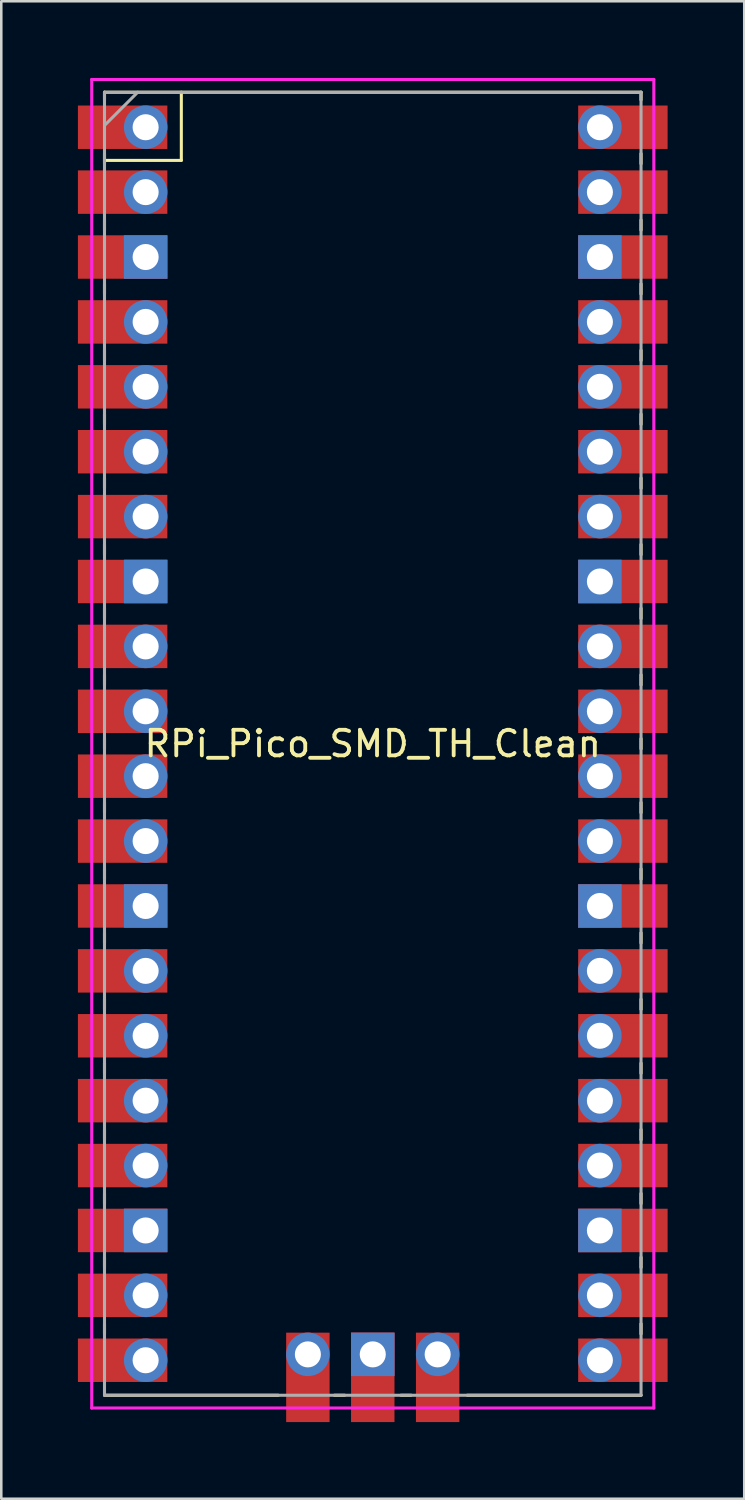
<source format=kicad_pcb>
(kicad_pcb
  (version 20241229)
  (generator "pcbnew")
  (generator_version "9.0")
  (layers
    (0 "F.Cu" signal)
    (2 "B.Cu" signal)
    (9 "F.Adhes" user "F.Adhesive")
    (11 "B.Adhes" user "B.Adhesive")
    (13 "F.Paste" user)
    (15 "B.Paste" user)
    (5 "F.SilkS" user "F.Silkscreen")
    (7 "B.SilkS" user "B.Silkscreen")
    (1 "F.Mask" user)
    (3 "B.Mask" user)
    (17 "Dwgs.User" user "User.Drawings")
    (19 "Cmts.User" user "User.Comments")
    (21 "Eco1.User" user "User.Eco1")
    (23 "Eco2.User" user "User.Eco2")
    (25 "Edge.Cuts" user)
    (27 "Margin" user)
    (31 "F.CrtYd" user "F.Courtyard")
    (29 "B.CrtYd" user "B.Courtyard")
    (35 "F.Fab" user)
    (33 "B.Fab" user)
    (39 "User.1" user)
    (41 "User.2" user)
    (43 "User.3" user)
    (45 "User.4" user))
  (footprint "RPi_Pico_SMD_TH_Clean"
    (layer "F.Cu")
    (at 11.54 26.06)
    (property "Reference" "RPi_Pico_SMD_TH_Clean" (at 0 0 180) (layer "F.SilkS") (effects (font (size 1 1) (thickness 0.15))))
    (attr through_hole)
    (fp_line (start -10.5 -25.5) (end -10.5 -25.2) (stroke (width 0.12) (type solid)) (layer "F.SilkS"))
    (fp_line (start -10.5 -25.5) (end 10.5 -25.5) (stroke (width 0.12) (type solid)) (layer "F.SilkS"))
    (fp_line (start -10.5 -23.1) (end -10.5 -22.7) (stroke (width 0.12) (type solid)) (layer "F.SilkS"))
    (fp_line (start -10.5 -22.833) (end -7.493 -22.833) (stroke (width 0.12) (type solid)) (layer "F.SilkS"))
    (fp_line (start -10.5 -20.5) (end -10.5 -20.1) (stroke (width 0.12) (type solid)) (layer "F.SilkS"))
    (fp_line (start -10.5 -18) (end -10.5 -17.6) (stroke (width 0.12) (type solid)) (layer "F.SilkS"))
    (fp_line (start -10.5 -15.4) (end -10.5 -15) (stroke (width 0.12) (type solid)) (layer "F.SilkS"))
    (fp_line (start -10.5 -12.9) (end -10.5 -12.5) (stroke (width 0.12) (type solid)) (layer "F.SilkS"))
    (fp_line (start -10.5 -10.4) (end -10.5 -10) (stroke (width 0.12) (type solid)) (layer "F.SilkS"))
    (fp_line (start -10.5 -7.8) (end -10.5 -7.4) (stroke (width 0.12) (type solid)) (layer "F.SilkS"))
    (fp_line (start -10.5 -5.3) (end -10.5 -4.9) (stroke (width 0.12) (type solid)) (layer "F.SilkS"))
    (fp_line (start -10.5 -2.7) (end -10.5 -2.3) (stroke (width 0.12) (type solid)) (layer "F.SilkS"))
    (fp_line (start -10.5 -0.2) (end -10.5 0.2) (stroke (width 0.12) (type solid)) (layer "F.SilkS"))
    (fp_line (start -10.5 2.3) (end -10.5 2.7) (stroke (width 0.12) (type solid)) (layer "F.SilkS"))
    (fp_line (start -10.5 4.9) (end -10.5 5.3) (stroke (width 0.12) (type solid)) (layer "F.SilkS"))
    (fp_line (start -10.5 7.4) (end -10.5 7.8) (stroke (width 0.12) (type solid)) (layer "F.SilkS"))
    (fp_line (start -10.5 10) (end -10.5 10.4) (stroke (width 0.12) (type solid)) (layer "F.SilkS"))
    (fp_line (start -10.5 12.5) (end -10.5 12.9) (stroke (width 0.12) (type solid)) (layer "F.SilkS"))
    (fp_line (start -10.5 15.1) (end -10.5 15.5) (stroke (width 0.12) (type solid)) (layer "F.SilkS"))
    (fp_line (start -10.5 17.6) (end -10.5 18) (stroke (width 0.12) (type solid)) (layer "F.SilkS"))
    (fp_line (start -10.5 20.1) (end -10.5 20.5) (stroke (width 0.12) (type solid)) (layer "F.SilkS"))
    (fp_line (start -10.5 22.7) (end -10.5 23.1) (stroke (width 0.12) (type solid)) (layer "F.SilkS"))
    (fp_line (start -7.493 -22.833) (end -7.493 -25.5) (stroke (width 0.12) (type solid)) (layer "F.SilkS"))
    (fp_line (start -3.7 25.5) (end -10.5 25.5) (stroke (width 0.12) (type solid)) (layer "F.SilkS"))
    (fp_line (start -1.5 25.5) (end -1.1 25.5) (stroke (width 0.12) (type solid)) (layer "F.SilkS"))
    (fp_line (start 1.1 25.5) (end 1.5 25.5) (stroke (width 0.12) (type solid)) (layer "F.SilkS"))
    (fp_line (start 10.5 -25.5) (end 10.5 -25.2) (stroke (width 0.12) (type solid)) (layer "F.SilkS"))
    (fp_line (start 10.5 -23.1) (end 10.5 -22.7) (stroke (width 0.12) (type solid)) (layer "F.SilkS"))
    (fp_line (start 10.5 -20.5) (end 10.5 -20.1) (stroke (width 0.12) (type solid)) (layer "F.SilkS"))
    (fp_line (start 10.5 -18) (end 10.5 -17.6) (stroke (width 0.12) (type solid)) (layer "F.SilkS"))
    (fp_line (start 10.5 -15.4) (end 10.5 -15) (stroke (width 0.12) (type solid)) (layer "F.SilkS"))
    (fp_line (start 10.5 -12.9) (end 10.5 -12.5) (stroke (width 0.12) (type solid)) (layer "F.SilkS"))
    (fp_line (start 10.5 -10.4) (end 10.5 -10) (stroke (width 0.12) (type solid)) (layer "F.SilkS"))
    (fp_line (start 10.5 -7.8) (end 10.5 -7.4) (stroke (width 0.12) (type solid)) (layer "F.SilkS"))
    (fp_line (start 10.5 -5.3) (end 10.5 -4.9) (stroke (width 0.12) (type solid)) (layer "F.SilkS"))
    (fp_line (start 10.5 -2.7) (end 10.5 -2.3) (stroke (width 0.12) (type solid)) (layer "F.SilkS"))
    (fp_line (start 10.5 -0.2) (end 10.5 0.2) (stroke (width 0.12) (type solid)) (layer "F.SilkS"))
    (fp_line (start 10.5 2.3) (end 10.5 2.7) (stroke (width 0.12) (type solid)) (layer "F.SilkS"))
    (fp_line (start 10.5 4.9) (end 10.5 5.3) (stroke (width 0.12) (type solid)) (layer "F.SilkS"))
    (fp_line (start 10.5 7.4) (end 10.5 7.8) (stroke (width 0.12) (type solid)) (layer "F.SilkS"))
    (fp_line (start 10.5 10) (end 10.5 10.4) (stroke (width 0.12) (type solid)) (layer "F.SilkS"))
    (fp_line (start 10.5 12.5) (end 10.5 12.9) (stroke (width 0.12) (type solid)) (layer "F.SilkS"))
    (fp_line (start 10.5 15.1) (end 10.5 15.5) (stroke (width 0.12) (type solid)) (layer "F.SilkS"))
    (fp_line (start 10.5 17.6) (end 10.5 18) (stroke (width 0.12) (type solid)) (layer "F.SilkS"))
    (fp_line (start 10.5 20.1) (end 10.5 20.5) (stroke (width 0.12) (type solid)) (layer "F.SilkS"))
    (fp_line (start 10.5 22.7) (end 10.5 23.1) (stroke (width 0.12) (type solid)) (layer "F.SilkS"))
    (fp_line (start 10.5 25.5) (end 3.7 25.5) (stroke (width 0.12) (type solid)) (layer "F.SilkS"))
    (fp_line (start -11 -26) (end 11 -26) (stroke (width 0.12) (type solid)) (layer "F.CrtYd"))
    (fp_line (start -11 26) (end -11 -26) (stroke (width 0.12) (type solid)) (layer "F.CrtYd"))
    (fp_line (start 11 -26) (end 11 26) (stroke (width 0.12) (type solid)) (layer "F.CrtYd"))
    (fp_line (start 11 26) (end -11 26) (stroke (width 0.12) (type solid)) (layer "F.CrtYd"))
    (fp_line (start -10.5 -25.5) (end 10.5 -25.5) (stroke (width 0.12) (type solid)) (layer "F.Fab"))
    (fp_line (start -10.5 -24.2) (end -9.2 -25.5) (stroke (width 0.12) (type solid)) (layer "F.Fab"))
    (fp_line (start -10.5 25.5) (end -10.5 -25.5) (stroke (width 0.12) (type solid)) (layer "F.Fab"))
    (fp_line (start 10.5 -25.5) (end 10.5 25.5) (stroke (width 0.12) (type solid)) (layer "F.Fab"))
    (fp_line (start 10.5 25.5) (end -10.5 25.5) (stroke (width 0.12) (type solid)) (layer "F.Fab"))
    (fp_text user " " (at 0 0 0) (layer "F.Fab") (effects (font (size 1 1) (thickness 0.15))))
    (pad "1" thru_hole oval (at -8.89 -24.13) (size 1.7 1.7) (drill 1.02) (layers "*.Cu" "*.Mask"))
    (pad "1" smd rect (at -8.89 -24.13) (size 3.5 1.7) (drill (offset -0.9 0)) (layers "F.Cu" "F.Mask"))
    (pad "2" thru_hole oval (at -8.89 -21.59) (size 1.7 1.7) (drill 1.02) (layers "*.Cu" "*.Mask"))
    (pad "2" smd rect (at -8.89 -21.59) (size 3.5 1.7) (drill (offset -0.9 0)) (layers "F.Cu" "F.Mask"))
    (pad "3" thru_hole rect (at -8.89 -19.05) (size 1.7 1.7) (drill 1.02) (layers "*.Cu" "*.Mask"))
    (pad "3" smd rect (at -8.89 -19.05) (size 3.5 1.7) (drill (offset -0.9 0)) (layers "F.Cu" "F.Mask"))
    (pad "4" thru_hole oval (at -8.89 -16.51) (size 1.7 1.7) (drill 1.02) (layers "*.Cu" "*.Mask"))
    (pad "4" smd rect (at -8.89 -16.51) (size 3.5 1.7) (drill (offset -0.9 0)) (layers "F.Cu" "F.Mask"))
    (pad "5" thru_hole oval (at -8.89 -13.97) (size 1.7 1.7) (drill 1.02) (layers "*.Cu" "*.Mask"))
    (pad "5" smd rect (at -8.89 -13.97) (size 3.5 1.7) (drill (offset -0.9 0)) (layers "F.Cu" "F.Mask"))
    (pad "6" thru_hole oval (at -8.89 -11.43) (size 1.7 1.7) (drill 1.02) (layers "*.Cu" "*.Mask"))
    (pad "6" smd rect (at -8.89 -11.43) (size 3.5 1.7) (drill (offset -0.9 0)) (layers "F.Cu" "F.Mask"))
    (pad "7" thru_hole oval (at -8.89 -8.89) (size 1.7 1.7) (drill 1.02) (layers "*.Cu" "*.Mask"))
    (pad "7" smd rect (at -8.89 -8.89) (size 3.5 1.7) (drill (offset -0.9 0)) (layers "F.Cu" "F.Mask"))
    (pad "8" thru_hole rect (at -8.89 -6.35) (size 1.7 1.7) (drill 1.02) (layers "*.Cu" "*.Mask"))
    (pad "8" smd rect (at -8.89 -6.35) (size 3.5 1.7) (drill (offset -0.9 0)) (layers "F.Cu" "F.Mask"))
    (pad "9" thru_hole oval (at -8.89 -3.81) (size 1.7 1.7) (drill 1.02) (layers "*.Cu" "*.Mask"))
    (pad "9" smd rect (at -8.89 -3.81) (size 3.5 1.7) (drill (offset -0.9 0)) (layers "F.Cu" "F.Mask"))
    (pad "10" thru_hole oval (at -8.89 -1.27) (size 1.7 1.7) (drill 1.02) (layers "*.Cu" "*.Mask"))
    (pad "10" smd rect (at -8.89 -1.27) (size 3.5 1.7) (drill (offset -0.9 0)) (layers "F.Cu" "F.Mask"))
    (pad "11" thru_hole oval (at -8.89 1.27) (size 1.7 1.7) (drill 1.02) (layers "*.Cu" "*.Mask"))
    (pad "11" smd rect (at -8.89 1.27) (size 3.5 1.7) (drill (offset -0.9 0)) (layers "F.Cu" "F.Mask"))
    (pad "12" thru_hole oval (at -8.89 3.81) (size 1.7 1.7) (drill 1.02) (layers "*.Cu" "*.Mask"))
    (pad "12" smd rect (at -8.89 3.81) (size 3.5 1.7) (drill (offset -0.9 0)) (layers "F.Cu" "F.Mask"))
    (pad "13" thru_hole rect (at -8.89 6.35) (size 1.7 1.7) (drill 1.02) (layers "*.Cu" "*.Mask"))
    (pad "13" smd rect (at -8.89 6.35) (size 3.5 1.7) (drill (offset -0.9 0)) (layers "F.Cu" "F.Mask"))
    (pad "14" thru_hole oval (at -8.89 8.89) (size 1.7 1.7) (drill 1.02) (layers "*.Cu" "*.Mask"))
    (pad "14" smd rect (at -8.89 8.89) (size 3.5 1.7) (drill (offset -0.9 0)) (layers "F.Cu" "F.Mask"))
    (pad "15" thru_hole oval (at -8.89 11.43) (size 1.7 1.7) (drill 1.02) (layers "*.Cu" "*.Mask"))
    (pad "15" smd rect (at -8.89 11.43) (size 3.5 1.7) (drill (offset -0.9 0)) (layers "F.Cu" "F.Mask"))
    (pad "16" thru_hole oval (at -8.89 13.97) (size 1.7 1.7) (drill 1.02) (layers "*.Cu" "*.Mask"))
    (pad "16" smd rect (at -8.89 13.97) (size 3.5 1.7) (drill (offset -0.9 0)) (layers "F.Cu" "F.Mask"))
    (pad "17" thru_hole oval (at -8.89 16.51) (size 1.7 1.7) (drill 1.02) (layers "*.Cu" "*.Mask"))
    (pad "17" smd rect (at -8.89 16.51) (size 3.5 1.7) (drill (offset -0.9 0)) (layers "F.Cu" "F.Mask"))
    (pad "18" thru_hole rect (at -8.89 19.05) (size 1.7 1.7) (drill 1.02) (layers "*.Cu" "*.Mask"))
    (pad "18" smd rect (at -8.89 19.05) (size 3.5 1.7) (drill (offset -0.9 0)) (layers "F.Cu" "F.Mask"))
    (pad "19" thru_hole oval (at -8.89 21.59) (size 1.7 1.7) (drill 1.02) (layers "*.Cu" "*.Mask"))
    (pad "19" smd rect (at -8.89 21.59) (size 3.5 1.7) (drill (offset -0.9 0)) (layers "F.Cu" "F.Mask"))
    (pad "20" thru_hole oval (at -8.89 24.13) (size 1.7 1.7) (drill 1.02) (layers "*.Cu" "*.Mask"))
    (pad "20" smd rect (at -8.89 24.13) (size 3.5 1.7) (drill (offset -0.9 0)) (layers "F.Cu" "F.Mask"))
    (pad "21" thru_hole oval (at 8.89 24.13) (size 1.7 1.7) (drill 1.02) (layers "*.Cu" "*.Mask"))
    (pad "21" smd rect (at 8.89 24.13) (size 3.5 1.7) (drill (offset 0.9 0)) (layers "F.Cu" "F.Mask"))
    (pad "22" thru_hole oval (at 8.89 21.59) (size 1.7 1.7) (drill 1.02) (layers "*.Cu" "*.Mask"))
    (pad "22" smd rect (at 8.89 21.59) (size 3.5 1.7) (drill (offset 0.9 0)) (layers "F.Cu" "F.Mask"))
    (pad "23" thru_hole rect (at 8.89 19.05) (size 1.7 1.7) (drill 1.02) (layers "*.Cu" "*.Mask"))
    (pad "23" smd rect (at 8.89 19.05) (size 3.5 1.7) (drill (offset 0.9 0)) (layers "F.Cu" "F.Mask"))
    (pad "24" thru_hole oval (at 8.89 16.51) (size 1.7 1.7) (drill 1.02) (layers "*.Cu" "*.Mask"))
    (pad "24" smd rect (at 8.89 16.51) (size 3.5 1.7) (drill (offset 0.9 0)) (layers "F.Cu" "F.Mask"))
    (pad "25" thru_hole oval (at 8.89 13.97) (size 1.7 1.7) (drill 1.02) (layers "*.Cu" "*.Mask"))
    (pad "25" smd rect (at 8.89 13.97) (size 3.5 1.7) (drill (offset 0.9 0)) (layers "F.Cu" "F.Mask"))
    (pad "26" thru_hole oval (at 8.89 11.43) (size 1.7 1.7) (drill 1.02) (layers "*.Cu" "*.Mask"))
    (pad "26" smd rect (at 8.89 11.43) (size 3.5 1.7) (drill (offset 0.9 0)) (layers "F.Cu" "F.Mask"))
    (pad "27" thru_hole oval (at 8.89 8.89) (size 1.7 1.7) (drill 1.02) (layers "*.Cu" "*.Mask"))
    (pad "27" smd rect (at 8.89 8.89) (size 3.5 1.7) (drill (offset 0.9 0)) (layers "F.Cu" "F.Mask"))
    (pad "28" thru_hole rect (at 8.89 6.35) (size 1.7 1.7) (drill 1.02) (layers "*.Cu" "*.Mask"))
    (pad "28" smd rect (at 8.89 6.35) (size 3.5 1.7) (drill (offset 0.9 0)) (layers "F.Cu" "F.Mask"))
    (pad "29" thru_hole oval (at 8.89 3.81) (size 1.7 1.7) (drill 1.02) (layers "*.Cu" "*.Mask"))
    (pad "29" smd rect (at 8.89 3.81) (size 3.5 1.7) (drill (offset 0.9 0)) (layers "F.Cu" "F.Mask"))
    (pad "30" thru_hole oval (at 8.89 1.27) (size 1.7 1.7) (drill 1.02) (layers "*.Cu" "*.Mask"))
    (pad "30" smd rect (at 8.89 1.27) (size 3.5 1.7) (drill (offset 0.9 0)) (layers "F.Cu" "F.Mask"))
    (pad "31" thru_hole oval (at 8.89 -1.27) (size 1.7 1.7) (drill 1.02) (layers "*.Cu" "*.Mask"))
    (pad "31" smd rect (at 8.89 -1.27) (size 3.5 1.7) (drill (offset 0.9 0)) (layers "F.Cu" "F.Mask"))
    (pad "32" thru_hole oval (at 8.89 -3.81) (size 1.7 1.7) (drill 1.02) (layers "*.Cu" "*.Mask"))
    (pad "32" smd rect (at 8.89 -3.81) (size 3.5 1.7) (drill (offset 0.9 0)) (layers "F.Cu" "F.Mask"))
    (pad "33" thru_hole rect (at 8.89 -6.35) (size 1.7 1.7) (drill 1.02) (layers "*.Cu" "*.Mask"))
    (pad "33" smd rect (at 8.89 -6.35) (size 3.5 1.7) (drill (offset 0.9 0)) (layers "F.Cu" "F.Mask"))
    (pad "34" thru_hole oval (at 8.89 -8.89) (size 1.7 1.7) (drill 1.02) (layers "*.Cu" "*.Mask"))
    (pad "34" smd rect (at 8.89 -8.89) (size 3.5 1.7) (drill (offset 0.9 0)) (layers "F.Cu" "F.Mask"))
    (pad "35" thru_hole oval (at 8.89 -11.43) (size 1.7 1.7) (drill 1.02) (layers "*.Cu" "*.Mask"))
    (pad "35" smd rect (at 8.89 -11.43) (size 3.5 1.7) (drill (offset 0.9 0)) (layers "F.Cu" "F.Mask"))
    (pad "36" thru_hole oval (at 8.89 -13.97) (size 1.7 1.7) (drill 1.02) (layers "*.Cu" "*.Mask"))
    (pad "36" smd rect (at 8.89 -13.97) (size 3.5 1.7) (drill (offset 0.9 0)) (layers "F.Cu" "F.Mask"))
    (pad "37" thru_hole oval (at 8.89 -16.51) (size 1.7 1.7) (drill 1.02) (layers "*.Cu" "*.Mask"))
    (pad "37" smd rect (at 8.89 -16.51) (size 3.5 1.7) (drill (offset 0.9 0)) (layers "F.Cu" "F.Mask"))
    (pad "38" thru_hole rect (at 8.89 -19.05) (size 1.7 1.7) (drill 1.02) (layers "*.Cu" "*.Mask"))
    (pad "38" smd rect (at 8.89 -19.05) (size 3.5 1.7) (drill (offset 0.9 0)) (layers "F.Cu" "F.Mask"))
    (pad "39" thru_hole oval (at 8.89 -21.59) (size 1.7 1.7) (drill 1.02) (layers "*.Cu" "*.Mask"))
    (pad "39" smd rect (at 8.89 -21.59) (size 3.5 1.7) (drill (offset 0.9 0)) (layers "F.Cu" "F.Mask"))
    (pad "40" thru_hole oval (at 8.89 -24.13) (size 1.7 1.7) (drill 1.02) (layers "*.Cu" "*.Mask"))
    (pad "40" smd rect (at 8.89 -24.13) (size 3.5 1.7) (drill (offset 0.9 0)) (layers "F.Cu" "F.Mask"))
    (pad "41" thru_hole oval (at -2.54 23.9) (size 1.7 1.7) (drill 1.02) (layers "*.Cu" "*.Mask"))
    (pad "41" smd rect (at -2.54 23.9 90) (size 3.5 1.7) (drill (offset -0.9 0)) (layers "F.Cu" "F.Mask"))
    (pad "42" thru_hole rect (at 0 23.9) (size 1.7 1.7) (drill 1.02) (layers "*.Cu" "*.Mask"))
    (pad "42" smd rect (at 0 23.9 90) (size 3.5 1.7) (drill (offset -0.9 0)) (layers "F.Cu" "F.Mask"))
    (pad "43" thru_hole oval (at 2.54 23.9) (size 1.7 1.7) (drill 1.02) (layers "*.Cu" "*.Mask"))
    (pad "43" smd rect (at 2.54 23.9 90) (size 3.5 1.7) (drill (offset -0.9 0)) (layers "F.Cu" "F.Mask")))
  (gr_rect
    (start -3 -3)
    (end 26.08 55.61)
    (stroke (width 0.1) (type default))
    (fill no)
    (layer "Edge.Cuts")))
</source>
